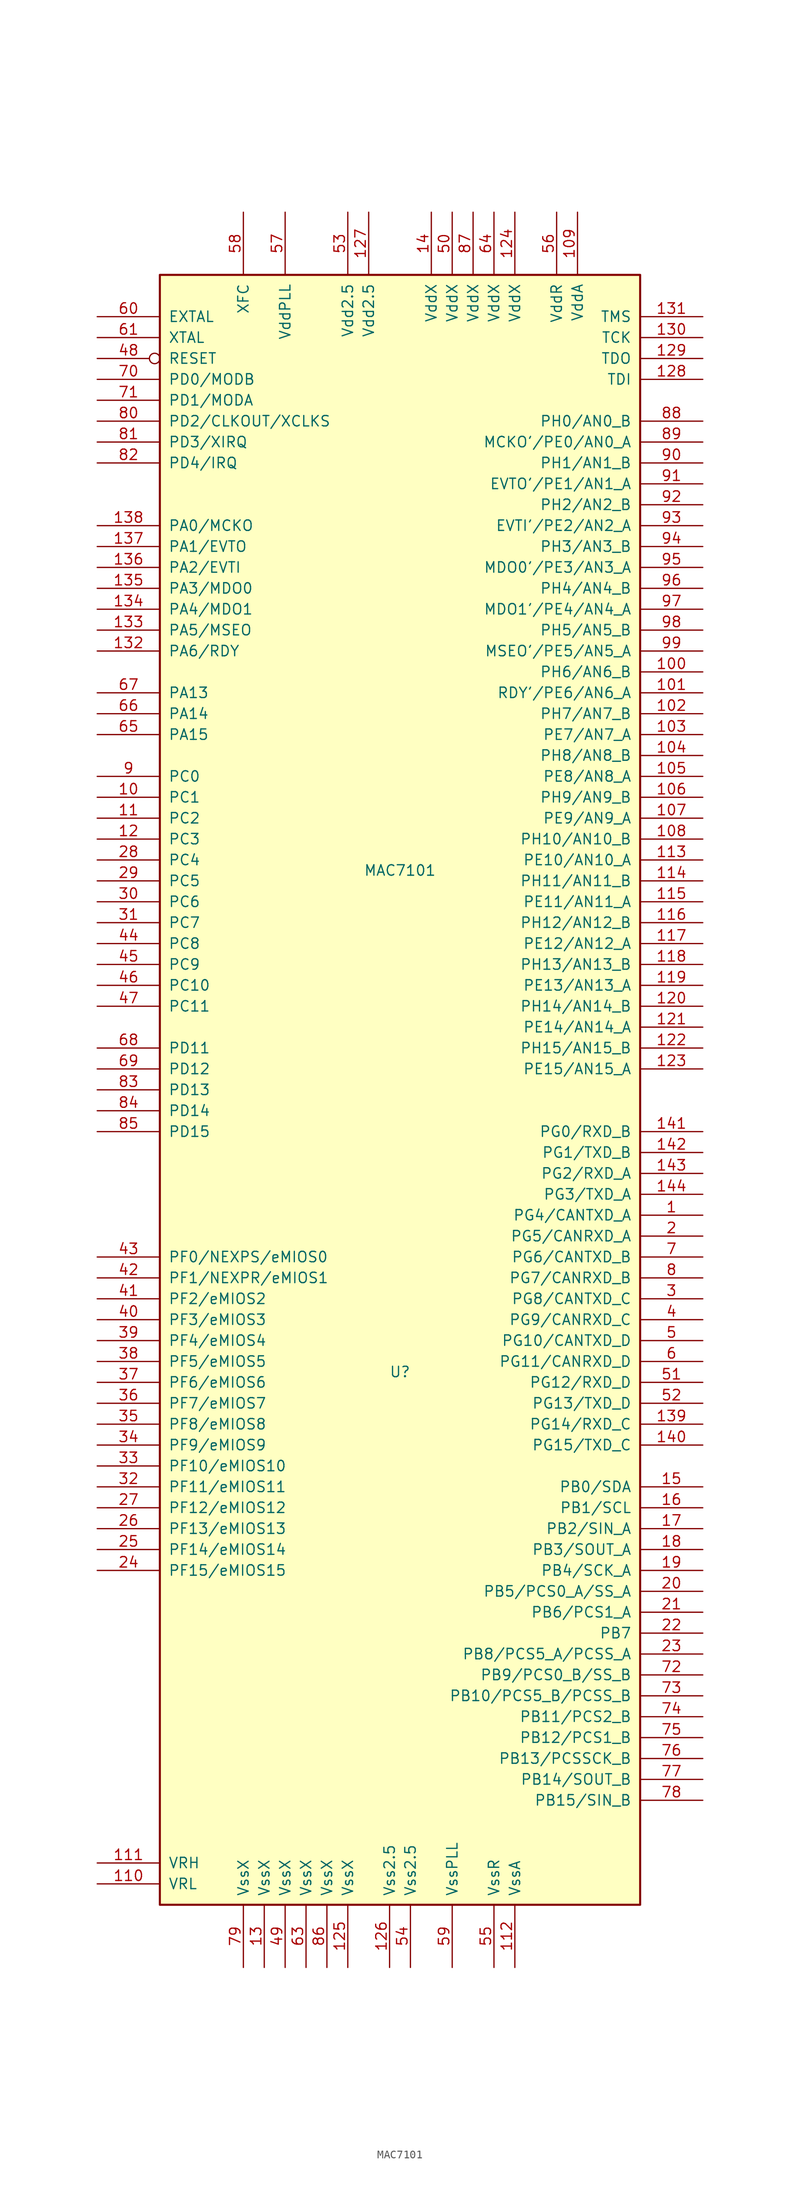
<source format=kicad_sym>
(kicad_symbol_lib
  (version 20201005)
  (generator kicad_symbol_editor)
  (symbol "MAC7101"
    (pin_names
      (offset 1.016))
    (property "Reference" "U"
      (at 1.27 -44.45 0)
      (effects (font (size 1.27 1.27))))
    (property "Value" "MAC7101"
      (at 1.27 16.51 0)
      (effects (font (size 1.27 1.27))))
    (symbol "MAC7101_0_1"
      (rectangle (start 30.48 -109.22) (end -27.94 88.9) (stroke (width 0.254)) (fill (type background))))
    (symbol "MAC7101_1_1"
      (pin bidirectional line (at 38.1 -25.4 180) (length 7.62) (name "PG4/CANTXD_A" (effects (font (size 1.27 1.27)))) (number "1" (effects (font (size 1.27 1.27)))))
      (pin bidirectional line (at -35.56 25.4 0) (length 7.62) (name "PC1" (effects (font (size 1.27 1.27)))) (number "10" (effects (font (size 1.27 1.27)))))
      (pin bidirectional line (at 38.1 40.64 180) (length 7.62) (name "PH6/AN6_B" (effects (font (size 1.27 1.27)))) (number "100" (effects (font (size 1.27 1.27)))))
      (pin bidirectional line (at 38.1 38.1 180) (length 7.62) (name "RDY'/PE6/AN6_A" (effects (font (size 1.27 1.27)))) (number "101" (effects (font (size 1.27 1.27)))))
      (pin bidirectional line (at 38.1 35.56 180) (length 7.62) (name "PH7/AN7_B" (effects (font (size 1.27 1.27)))) (number "102" (effects (font (size 1.27 1.27)))))
      (pin bidirectional line (at 38.1 33.02 180) (length 7.62) (name "PE7/AN7_A" (effects (font (size 1.27 1.27)))) (number "103" (effects (font (size 1.27 1.27)))))
      (pin bidirectional line (at 38.1 30.48 180) (length 7.62) (name "PH8/AN8_B" (effects (font (size 1.27 1.27)))) (number "104" (effects (font (size 1.27 1.27)))))
      (pin bidirectional line (at 38.1 27.94 180) (length 7.62) (name "PE8/AN8_A" (effects (font (size 1.27 1.27)))) (number "105" (effects (font (size 1.27 1.27)))))
      (pin bidirectional line (at 38.1 25.4 180) (length 7.62) (name "PH9/AN9_B" (effects (font (size 1.27 1.27)))) (number "106" (effects (font (size 1.27 1.27)))))
      (pin bidirectional line (at 38.1 22.86 180) (length 7.62) (name "PE9/AN9_A" (effects (font (size 1.27 1.27)))) (number "107" (effects (font (size 1.27 1.27)))))
      (pin bidirectional line (at 38.1 20.32 180) (length 7.62) (name "PH10/AN10_B" (effects (font (size 1.27 1.27)))) (number "108" (effects (font (size 1.27 1.27)))))
      (pin power_in line (at 22.86 96.52 270) (length 7.62) (name "VddA" (effects (font (size 1.27 1.27)))) (number "109" (effects (font (size 1.27 1.27)))))
      (pin bidirectional line (at -35.56 22.86 0) (length 7.62) (name "PC2" (effects (font (size 1.27 1.27)))) (number "11" (effects (font (size 1.27 1.27)))))
      (pin passive line (at -35.56 -106.68 0) (length 7.62) (name "VRL" (effects (font (size 1.27 1.27)))) (number "110" (effects (font (size 1.27 1.27)))))
      (pin passive line (at -35.56 -104.14 0) (length 7.62) (name "VRH" (effects (font (size 1.27 1.27)))) (number "111" (effects (font (size 1.27 1.27)))))
      (pin power_in line (at 15.24 -116.84 90) (length 7.62) (name "VssA" (effects (font (size 1.27 1.27)))) (number "112" (effects (font (size 1.27 1.27)))))
      (pin bidirectional line (at 38.1 17.78 180) (length 7.62) (name "PE10/AN10_A" (effects (font (size 1.27 1.27)))) (number "113" (effects (font (size 1.27 1.27)))))
      (pin bidirectional line (at 38.1 15.24 180) (length 7.62) (name "PH11/AN11_B" (effects (font (size 1.27 1.27)))) (number "114" (effects (font (size 1.27 1.27)))))
      (pin bidirectional line (at 38.1 12.7 180) (length 7.62) (name "PE11/AN11_A" (effects (font (size 1.27 1.27)))) (number "115" (effects (font (size 1.27 1.27)))))
      (pin bidirectional line (at 38.1 10.16 180) (length 7.62) (name "PH12/AN12_B" (effects (font (size 1.27 1.27)))) (number "116" (effects (font (size 1.27 1.27)))))
      (pin bidirectional line (at 38.1 7.62 180) (length 7.62) (name "PE12/AN12_A" (effects (font (size 1.27 1.27)))) (number "117" (effects (font (size 1.27 1.27)))))
      (pin bidirectional line (at 38.1 5.08 180) (length 7.62) (name "PH13/AN13_B" (effects (font (size 1.27 1.27)))) (number "118" (effects (font (size 1.27 1.27)))))
      (pin bidirectional line (at 38.1 2.54 180) (length 7.62) (name "PE13/AN13_A" (effects (font (size 1.27 1.27)))) (number "119" (effects (font (size 1.27 1.27)))))
      (pin bidirectional line (at -35.56 20.32 0) (length 7.62) (name "PC3" (effects (font (size 1.27 1.27)))) (number "12" (effects (font (size 1.27 1.27)))))
      (pin bidirectional line (at 38.1 0 180) (length 7.62) (name "PH14/AN14_B" (effects (font (size 1.27 1.27)))) (number "120" (effects (font (size 1.27 1.27)))))
      (pin bidirectional line (at 38.1 -2.54 180) (length 7.62) (name "PE14/AN14_A" (effects (font (size 1.27 1.27)))) (number "121" (effects (font (size 1.27 1.27)))))
      (pin bidirectional line (at 38.1 -5.08 180) (length 7.62) (name "PH15/AN15_B" (effects (font (size 1.27 1.27)))) (number "122" (effects (font (size 1.27 1.27)))))
      (pin bidirectional line (at 38.1 -7.62 180) (length 7.62) (name "PE15/AN15_A" (effects (font (size 1.27 1.27)))) (number "123" (effects (font (size 1.27 1.27)))))
      (pin power_in line (at 15.24 96.52 270) (length 7.62) (name "VddX" (effects (font (size 1.27 1.27)))) (number "124" (effects (font (size 1.27 1.27)))))
      (pin power_in line (at -5.08 -116.84 90) (length 7.62) (name "VssX" (effects (font (size 1.27 1.27)))) (number "125" (effects (font (size 1.27 1.27)))))
      (pin power_in line (at 0 -116.84 90) (length 7.62) (name "Vss2.5" (effects (font (size 1.27 1.27)))) (number "126" (effects (font (size 1.27 1.27)))))
      (pin power_in line (at -2.54 96.52 270) (length 7.62) (name "Vdd2.5" (effects (font (size 1.27 1.27)))) (number "127" (effects (font (size 1.27 1.27)))))
      (pin input line (at 38.1 76.2 180) (length 7.62) (name "TDI" (effects (font (size 1.27 1.27)))) (number "128" (effects (font (size 1.27 1.27)))))
      (pin output line (at 38.1 78.74 180) (length 7.62) (name "TDO" (effects (font (size 1.27 1.27)))) (number "129" (effects (font (size 1.27 1.27)))))
      (pin power_in line (at -15.24 -116.84 90) (length 7.62) (name "VssX" (effects (font (size 1.27 1.27)))) (number "13" (effects (font (size 1.27 1.27)))))
      (pin input line (at 38.1 81.28 180) (length 7.62) (name "TCK" (effects (font (size 1.27 1.27)))) (number "130" (effects (font (size 1.27 1.27)))))
      (pin input line (at 38.1 83.82 180) (length 7.62) (name "TMS" (effects (font (size 1.27 1.27)))) (number "131" (effects (font (size 1.27 1.27)))))
      (pin bidirectional line (at -35.56 43.18 0) (length 7.62) (name "PA6/RDY" (effects (font (size 1.27 1.27)))) (number "132" (effects (font (size 1.27 1.27)))))
      (pin bidirectional line (at -35.56 45.72 0) (length 7.62) (name "PA5/MSEO" (effects (font (size 1.27 1.27)))) (number "133" (effects (font (size 1.27 1.27)))))
      (pin bidirectional line (at -35.56 48.26 0) (length 7.62) (name "PA4/MDO1" (effects (font (size 1.27 1.27)))) (number "134" (effects (font (size 1.27 1.27)))))
      (pin bidirectional line (at -35.56 50.8 0) (length 7.62) (name "PA3/MDO0" (effects (font (size 1.27 1.27)))) (number "135" (effects (font (size 1.27 1.27)))))
      (pin bidirectional line (at -35.56 53.34 0) (length 7.62) (name "PA2/EVTI" (effects (font (size 1.27 1.27)))) (number "136" (effects (font (size 1.27 1.27)))))
      (pin bidirectional line (at -35.56 55.88 0) (length 7.62) (name "PA1/EVTO" (effects (font (size 1.27 1.27)))) (number "137" (effects (font (size 1.27 1.27)))))
      (pin bidirectional line (at -35.56 58.42 0) (length 7.62) (name "PA0/MCKO" (effects (font (size 1.27 1.27)))) (number "138" (effects (font (size 1.27 1.27)))))
      (pin bidirectional line (at 38.1 -50.8 180) (length 7.62) (name "PG14/RXD_C" (effects (font (size 1.27 1.27)))) (number "139" (effects (font (size 1.27 1.27)))))
      (pin power_in line (at 5.08 96.52 270) (length 7.62) (name "VddX" (effects (font (size 1.27 1.27)))) (number "14" (effects (font (size 1.27 1.27)))))
      (pin bidirectional line (at 38.1 -53.34 180) (length 7.62) (name "PG15/TXD_C" (effects (font (size 1.27 1.27)))) (number "140" (effects (font (size 1.27 1.27)))))
      (pin bidirectional line (at 38.1 -15.24 180) (length 7.62) (name "PG0/RXD_B" (effects (font (size 1.27 1.27)))) (number "141" (effects (font (size 1.27 1.27)))))
      (pin bidirectional line (at 38.1 -17.78 180) (length 7.62) (name "PG1/TXD_B" (effects (font (size 1.27 1.27)))) (number "142" (effects (font (size 1.27 1.27)))))
      (pin bidirectional line (at 38.1 -20.32 180) (length 7.62) (name "PG2/RXD_A" (effects (font (size 1.27 1.27)))) (number "143" (effects (font (size 1.27 1.27)))))
      (pin bidirectional line (at 38.1 -22.86 180) (length 7.62) (name "PG3/TXD_A" (effects (font (size 1.27 1.27)))) (number "144" (effects (font (size 1.27 1.27)))))
      (pin bidirectional line (at 38.1 -58.42 180) (length 7.62) (name "PB0/SDA" (effects (font (size 1.27 1.27)))) (number "15" (effects (font (size 1.27 1.27)))))
      (pin bidirectional line (at 38.1 -60.96 180) (length 7.62) (name "PB1/SCL" (effects (font (size 1.27 1.27)))) (number "16" (effects (font (size 1.27 1.27)))))
      (pin bidirectional line (at 38.1 -63.5 180) (length 7.62) (name "PB2/SIN_A" (effects (font (size 1.27 1.27)))) (number "17" (effects (font (size 1.27 1.27)))))
      (pin bidirectional line (at 38.1 -66.04 180) (length 7.62) (name "PB3/SOUT_A" (effects (font (size 1.27 1.27)))) (number "18" (effects (font (size 1.27 1.27)))))
      (pin bidirectional line (at 38.1 -68.58 180) (length 7.62) (name "PB4/SCK_A" (effects (font (size 1.27 1.27)))) (number "19" (effects (font (size 1.27 1.27)))))
      (pin bidirectional line (at 38.1 -27.94 180) (length 7.62) (name "PG5/CANRXD_A" (effects (font (size 1.27 1.27)))) (number "2" (effects (font (size 1.27 1.27)))))
      (pin bidirectional line (at 38.1 -71.12 180) (length 7.62) (name "PB5/PCS0_A/SS_A" (effects (font (size 1.27 1.27)))) (number "20" (effects (font (size 1.27 1.27)))))
      (pin bidirectional line (at 38.1 -73.66 180) (length 7.62) (name "PB6/PCS1_A" (effects (font (size 1.27 1.27)))) (number "21" (effects (font (size 1.27 1.27)))))
      (pin bidirectional line (at 38.1 -76.2 180) (length 7.62) (name "PB7" (effects (font (size 1.27 1.27)))) (number "22" (effects (font (size 1.27 1.27)))))
      (pin bidirectional line (at 38.1 -78.74 180) (length 7.62) (name "PB8/PCS5_A/PCSS_A" (effects (font (size 1.27 1.27)))) (number "23" (effects (font (size 1.27 1.27)))))
      (pin bidirectional line (at -35.56 -68.58 0) (length 7.62) (name "PF15/eMIOS15" (effects (font (size 1.27 1.27)))) (number "24" (effects (font (size 1.27 1.27)))))
      (pin bidirectional line (at -35.56 -66.04 0) (length 7.62) (name "PF14/eMIOS14" (effects (font (size 1.27 1.27)))) (number "25" (effects (font (size 1.27 1.27)))))
      (pin bidirectional line (at -35.56 -63.5 0) (length 7.62) (name "PF13/eMIOS13" (effects (font (size 1.27 1.27)))) (number "26" (effects (font (size 1.27 1.27)))))
      (pin bidirectional line (at -35.56 -60.96 0) (length 7.62) (name "PF12/eMIOS12" (effects (font (size 1.27 1.27)))) (number "27" (effects (font (size 1.27 1.27)))))
      (pin bidirectional line (at -35.56 17.78 0) (length 7.62) (name "PC4" (effects (font (size 1.27 1.27)))) (number "28" (effects (font (size 1.27 1.27)))))
      (pin bidirectional line (at -35.56 15.24 0) (length 7.62) (name "PC5" (effects (font (size 1.27 1.27)))) (number "29" (effects (font (size 1.27 1.27)))))
      (pin bidirectional line (at 38.1 -35.56 180) (length 7.62) (name "PG8/CANTXD_C" (effects (font (size 1.27 1.27)))) (number "3" (effects (font (size 1.27 1.27)))))
      (pin bidirectional line (at -35.56 12.7 0) (length 7.62) (name "PC6" (effects (font (size 1.27 1.27)))) (number "30" (effects (font (size 1.27 1.27)))))
      (pin bidirectional line (at -35.56 10.16 0) (length 7.62) (name "PC7" (effects (font (size 1.27 1.27)))) (number "31" (effects (font (size 1.27 1.27)))))
      (pin bidirectional line (at -35.56 -58.42 0) (length 7.62) (name "PF11/eMIOS11" (effects (font (size 1.27 1.27)))) (number "32" (effects (font (size 1.27 1.27)))))
      (pin bidirectional line (at -35.56 -55.88 0) (length 7.62) (name "PF10/eMIOS10" (effects (font (size 1.27 1.27)))) (number "33" (effects (font (size 1.27 1.27)))))
      (pin bidirectional line (at -35.56 -53.34 0) (length 7.62) (name "PF9/eMIOS9" (effects (font (size 1.27 1.27)))) (number "34" (effects (font (size 1.27 1.27)))))
      (pin bidirectional line (at -35.56 -50.8 0) (length 7.62) (name "PF8/eMIOS8" (effects (font (size 1.27 1.27)))) (number "35" (effects (font (size 1.27 1.27)))))
      (pin bidirectional line (at -35.56 -48.26 0) (length 7.62) (name "PF7/eMIOS7" (effects (font (size 1.27 1.27)))) (number "36" (effects (font (size 1.27 1.27)))))
      (pin bidirectional line (at -35.56 -45.72 0) (length 7.62) (name "PF6/eMIOS6" (effects (font (size 1.27 1.27)))) (number "37" (effects (font (size 1.27 1.27)))))
      (pin bidirectional line (at -35.56 -43.18 0) (length 7.62) (name "PF5/eMIOS5" (effects (font (size 1.27 1.27)))) (number "38" (effects (font (size 1.27 1.27)))))
      (pin bidirectional line (at -35.56 -40.64 0) (length 7.62) (name "PF4/eMIOS4" (effects (font (size 1.27 1.27)))) (number "39" (effects (font (size 1.27 1.27)))))
      (pin bidirectional line (at 38.1 -38.1 180) (length 7.62) (name "PG9/CANRXD_C" (effects (font (size 1.27 1.27)))) (number "4" (effects (font (size 1.27 1.27)))))
      (pin bidirectional line (at -35.56 -38.1 0) (length 7.62) (name "PF3/eMIOS3" (effects (font (size 1.27 1.27)))) (number "40" (effects (font (size 1.27 1.27)))))
      (pin bidirectional line (at -35.56 -35.56 0) (length 7.62) (name "PF2/eMIOS2" (effects (font (size 1.27 1.27)))) (number "41" (effects (font (size 1.27 1.27)))))
      (pin bidirectional line (at -35.56 -33.02 0) (length 7.62) (name "PF1/NEXPR/eMIOS1" (effects (font (size 1.27 1.27)))) (number "42" (effects (font (size 1.27 1.27)))))
      (pin bidirectional line (at -35.56 -30.48 0) (length 7.62) (name "PF0/NEXPS/eMIOS0" (effects (font (size 1.27 1.27)))) (number "43" (effects (font (size 1.27 1.27)))))
      (pin bidirectional line (at -35.56 7.62 0) (length 7.62) (name "PC8" (effects (font (size 1.27 1.27)))) (number "44" (effects (font (size 1.27 1.27)))))
      (pin bidirectional line (at -35.56 5.08 0) (length 7.62) (name "PC9" (effects (font (size 1.27 1.27)))) (number "45" (effects (font (size 1.27 1.27)))))
      (pin bidirectional line (at -35.56 2.54 0) (length 7.62) (name "PC10" (effects (font (size 1.27 1.27)))) (number "46" (effects (font (size 1.27 1.27)))))
      (pin bidirectional line (at -35.56 0 0) (length 7.62) (name "PC11" (effects (font (size 1.27 1.27)))) (number "47" (effects (font (size 1.27 1.27)))))
      (pin bidirectional inverted (at -35.56 78.74 0) (length 7.62) (name "RESET" (effects (font (size 1.27 1.27)))) (number "48" (effects (font (size 1.27 1.27)))))
      (pin power_in line (at -12.7 -116.84 90) (length 7.62) (name "VssX" (effects (font (size 1.27 1.27)))) (number "49" (effects (font (size 1.27 1.27)))))
      (pin bidirectional line (at 38.1 -40.64 180) (length 7.62) (name "PG10/CANTXD_D" (effects (font (size 1.27 1.27)))) (number "5" (effects (font (size 1.27 1.27)))))
      (pin power_in line (at 7.62 96.52 270) (length 7.62) (name "VddX" (effects (font (size 1.27 1.27)))) (number "50" (effects (font (size 1.27 1.27)))))
      (pin bidirectional line (at 38.1 -45.72 180) (length 7.62) (name "PG12/RXD_D" (effects (font (size 1.27 1.27)))) (number "51" (effects (font (size 1.27 1.27)))))
      (pin bidirectional line (at 38.1 -48.26 180) (length 7.62) (name "PG13/TXD_D" (effects (font (size 1.27 1.27)))) (number "52" (effects (font (size 1.27 1.27)))))
      (pin passive line (at -5.08 96.52 270) (length 7.62) (name "Vdd2.5" (effects (font (size 1.27 1.27)))) (number "53" (effects (font (size 1.27 1.27)))))
      (pin passive line (at 2.54 -116.84 90) (length 7.62) (name "Vss2.5" (effects (font (size 1.27 1.27)))) (number "54" (effects (font (size 1.27 1.27)))))
      (pin power_in line (at 12.7 -116.84 90) (length 7.62) (name "VssR" (effects (font (size 1.27 1.27)))) (number "55" (effects (font (size 1.27 1.27)))))
      (pin power_in line (at 20.32 96.52 270) (length 7.62) (name "VddR" (effects (font (size 1.27 1.27)))) (number "56" (effects (font (size 1.27 1.27)))))
      (pin passive line (at -12.7 96.52 270) (length 7.62) (name "VddPLL" (effects (font (size 1.27 1.27)))) (number "57" (effects (font (size 1.27 1.27)))))
      (pin bidirectional line (at -17.78 96.52 270) (length 7.62) (name "XFC" (effects (font (size 1.27 1.27)))) (number "58" (effects (font (size 1.27 1.27)))))
      (pin passive line (at 7.62 -116.84 90) (length 7.62) (name "VssPLL" (effects (font (size 1.27 1.27)))) (number "59" (effects (font (size 1.27 1.27)))))
      (pin bidirectional line (at 38.1 -43.18 180) (length 7.62) (name "PG11/CANRXD_D" (effects (font (size 1.27 1.27)))) (number "6" (effects (font (size 1.27 1.27)))))
      (pin input line (at -35.56 83.82 0) (length 7.62) (name "EXTAL" (effects (font (size 1.27 1.27)))) (number "60" (effects (font (size 1.27 1.27)))))
      (pin output line (at -35.56 81.28 0) (length 7.62) (name "XTAL" (effects (font (size 1.27 1.27)))) (number "61" (effects (font (size 1.27 1.27)))))
      (pin power_in line (at -10.16 -116.84 90) (length 7.62) (name "VssX" (effects (font (size 1.27 1.27)))) (number "63" (effects (font (size 1.27 1.27)))))
      (pin power_in line (at 12.7 96.52 270) (length 7.62) (name "VddX" (effects (font (size 1.27 1.27)))) (number "64" (effects (font (size 1.27 1.27)))))
      (pin bidirectional line (at -35.56 33.02 0) (length 7.62) (name "PA15" (effects (font (size 1.27 1.27)))) (number "65" (effects (font (size 1.27 1.27)))))
      (pin bidirectional line (at -35.56 35.56 0) (length 7.62) (name "PA14" (effects (font (size 1.27 1.27)))) (number "66" (effects (font (size 1.27 1.27)))))
      (pin bidirectional line (at -35.56 38.1 0) (length 7.62) (name "PA13" (effects (font (size 1.27 1.27)))) (number "67" (effects (font (size 1.27 1.27)))))
      (pin bidirectional line (at -35.56 -5.08 0) (length 7.62) (name "PD11" (effects (font (size 1.27 1.27)))) (number "68" (effects (font (size 1.27 1.27)))))
      (pin bidirectional line (at -35.56 -7.62 0) (length 7.62) (name "PD12" (effects (font (size 1.27 1.27)))) (number "69" (effects (font (size 1.27 1.27)))))
      (pin bidirectional line (at 38.1 -30.48 180) (length 7.62) (name "PG6/CANTXD_B" (effects (font (size 1.27 1.27)))) (number "7" (effects (font (size 1.27 1.27)))))
      (pin bidirectional line (at -35.56 76.2 0) (length 7.62) (name "PD0/MODB" (effects (font (size 1.27 1.27)))) (number "70" (effects (font (size 1.27 1.27)))))
      (pin bidirectional line (at -35.56 73.66 0) (length 7.62) (name "PD1/MODA" (effects (font (size 1.27 1.27)))) (number "71" (effects (font (size 1.27 1.27)))))
      (pin bidirectional line (at 38.1 -81.28 180) (length 7.62) (name "PB9/PCS0_B/SS_B" (effects (font (size 1.27 1.27)))) (number "72" (effects (font (size 1.27 1.27)))))
      (pin bidirectional line (at 38.1 -83.82 180) (length 7.62) (name "PB10/PCS5_B/PCSS_B" (effects (font (size 1.27 1.27)))) (number "73" (effects (font (size 1.27 1.27)))))
      (pin bidirectional line (at 38.1 -86.36 180) (length 7.62) (name "PB11/PCS2_B" (effects (font (size 1.27 1.27)))) (number "74" (effects (font (size 1.27 1.27)))))
      (pin bidirectional line (at 38.1 -88.9 180) (length 7.62) (name "PB12/PCS1_B" (effects (font (size 1.27 1.27)))) (number "75" (effects (font (size 1.27 1.27)))))
      (pin bidirectional line (at 38.1 -91.44 180) (length 7.62) (name "PB13/PCSSCK_B" (effects (font (size 1.27 1.27)))) (number "76" (effects (font (size 1.27 1.27)))))
      (pin bidirectional line (at 38.1 -93.98 180) (length 7.62) (name "PB14/SOUT_B" (effects (font (size 1.27 1.27)))) (number "77" (effects (font (size 1.27 1.27)))))
      (pin bidirectional line (at 38.1 -96.52 180) (length 7.62) (name "PB15/SIN_B" (effects (font (size 1.27 1.27)))) (number "78" (effects (font (size 1.27 1.27)))))
      (pin power_in line (at -17.78 -116.84 90) (length 7.62) (name "VssX" (effects (font (size 1.27 1.27)))) (number "79" (effects (font (size 1.27 1.27)))))
      (pin bidirectional line (at 38.1 -33.02 180) (length 7.62) (name "PG7/CANRXD_B" (effects (font (size 1.27 1.27)))) (number "8" (effects (font (size 1.27 1.27)))))
      (pin bidirectional line (at -35.56 71.12 0) (length 7.62) (name "PD2/CLKOUT/XCLKS" (effects (font (size 1.27 1.27)))) (number "80" (effects (font (size 1.27 1.27)))))
      (pin bidirectional line (at -35.56 68.58 0) (length 7.62) (name "PD3/XIRQ" (effects (font (size 1.27 1.27)))) (number "81" (effects (font (size 1.27 1.27)))))
      (pin bidirectional line (at -35.56 66.04 0) (length 7.62) (name "PD4/IRQ" (effects (font (size 1.27 1.27)))) (number "82" (effects (font (size 1.27 1.27)))))
      (pin bidirectional line (at -35.56 -10.16 0) (length 7.62) (name "PD13" (effects (font (size 1.27 1.27)))) (number "83" (effects (font (size 1.27 1.27)))))
      (pin bidirectional line (at -35.56 -12.7 0) (length 7.62) (name "PD14" (effects (font (size 1.27 1.27)))) (number "84" (effects (font (size 1.27 1.27)))))
      (pin bidirectional line (at -35.56 -15.24 0) (length 7.62) (name "PD15" (effects (font (size 1.27 1.27)))) (number "85" (effects (font (size 1.27 1.27)))))
      (pin power_in line (at -7.62 -116.84 90) (length 7.62) (name "VssX" (effects (font (size 1.27 1.27)))) (number "86" (effects (font (size 1.27 1.27)))))
      (pin power_in line (at 10.16 96.52 270) (length 7.62) (name "VddX" (effects (font (size 1.27 1.27)))) (number "87" (effects (font (size 1.27 1.27)))))
      (pin bidirectional line (at 38.1 71.12 180) (length 7.62) (name "PH0/AN0_B" (effects (font (size 1.27 1.27)))) (number "88" (effects (font (size 1.27 1.27)))))
      (pin bidirectional line (at 38.1 68.58 180) (length 7.62) (name "MCKO'/PE0/AN0_A" (effects (font (size 1.27 1.27)))) (number "89" (effects (font (size 1.27 1.27)))))
      (pin bidirectional line (at -35.56 27.94 0) (length 7.62) (name "PC0" (effects (font (size 1.27 1.27)))) (number "9" (effects (font (size 1.27 1.27)))))
      (pin bidirectional line (at 38.1 66.04 180) (length 7.62) (name "PH1/AN1_B" (effects (font (size 1.27 1.27)))) (number "90" (effects (font (size 1.27 1.27)))))
      (pin bidirectional line (at 38.1 63.5 180) (length 7.62) (name "EVTO'/PE1/AN1_A" (effects (font (size 1.27 1.27)))) (number "91" (effects (font (size 1.27 1.27)))))
      (pin bidirectional line (at 38.1 60.96 180) (length 7.62) (name "PH2/AN2_B" (effects (font (size 1.27 1.27)))) (number "92" (effects (font (size 1.27 1.27)))))
      (pin bidirectional line (at 38.1 58.42 180) (length 7.62) (name "EVTI'/PE2/AN2_A" (effects (font (size 1.27 1.27)))) (number "93" (effects (font (size 1.27 1.27)))))
      (pin bidirectional line (at 38.1 55.88 180) (length 7.62) (name "PH3/AN3_B" (effects (font (size 1.27 1.27)))) (number "94" (effects (font (size 1.27 1.27)))))
      (pin bidirectional line (at 38.1 53.34 180) (length 7.62) (name "MDO0'/PE3/AN3_A" (effects (font (size 1.27 1.27)))) (number "95" (effects (font (size 1.27 1.27)))))
      (pin bidirectional line (at 38.1 50.8 180) (length 7.62) (name "PH4/AN4_B" (effects (font (size 1.27 1.27)))) (number "96" (effects (font (size 1.27 1.27)))))
      (pin bidirectional line (at 38.1 48.26 180) (length 7.62) (name "MDO1'/PE4/AN4_A" (effects (font (size 1.27 1.27)))) (number "97" (effects (font (size 1.27 1.27)))))
      (pin bidirectional line (at 38.1 45.72 180) (length 7.62) (name "PH5/AN5_B" (effects (font (size 1.27 1.27)))) (number "98" (effects (font (size 1.27 1.27)))))
      (pin bidirectional line (at 38.1 43.18 180) (length 7.62) (name "MSEO'/PE5/AN5_A" (effects (font (size 1.27 1.27)))) (number "99" (effects (font (size 1.27 1.27))))))))
</source>
